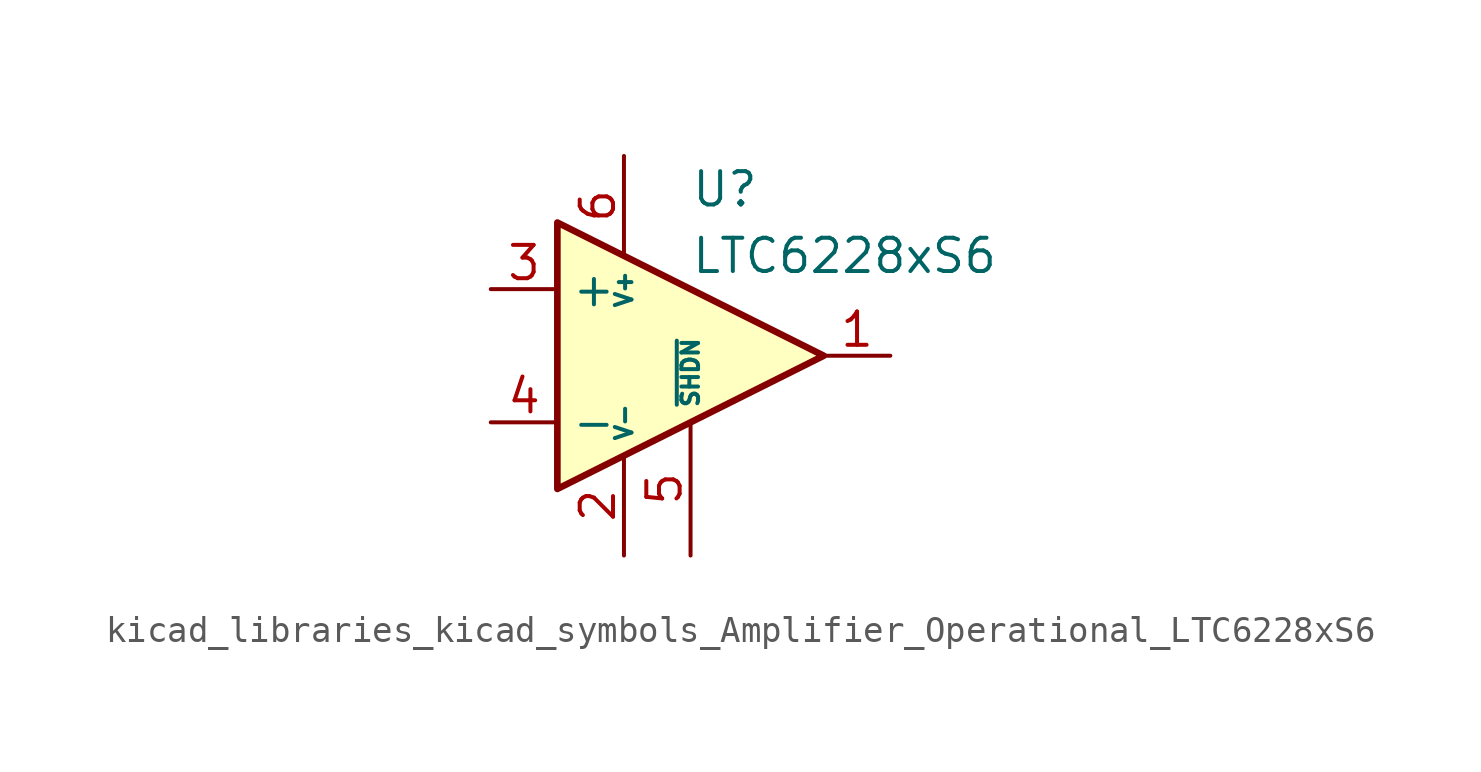
<source format=kicad_sym>
(kicad_symbol_lib
  (version 20220914)
  (generator kicad_symbol_editor)
  (symbol "kicad_libraries_kicad_symbols_Amplifier_Operational_LTC6228xS6"
    (property "Reference" "U"
      (at 0 6.35 0)
      (effects (font (size 1.27 1.27)) (justify left)))
    (property "Value" "LTC6228xS6"
      (at 0 3.81 0)
      (effects (font (size 1.27 1.27)) (justify left)))
    (symbol "kicad_libraries_kicad_symbols_Amplifier_Operational_LTC6228xS6_0_1"
      (polyline (pts (xy 5.08 0) (xy -5.08 5.08) (xy -5.08 -5.08) (xy 5.08 0)) (stroke (width 0.254) (type default)) (fill (type background))))
    (symbol "kicad_libraries_kicad_symbols_Amplifier_Operational_LTC6228xS6_1_1"
      (pin output line (at 7.62 0 180) (length 2.54) (name "~" (effects (font (size 1.27 1.27)))) (number "1" (effects (font (size 1.27 1.27)))))
      (pin power_in line (at -2.54 -7.62 90) (length 3.81) (name "V-" (effects (font (size 0.635 0.635)))) (number "2" (effects (font (size 1.27 1.27)))))
      (pin input line (at -7.62 2.54 0) (length 2.54) (name "+" (effects (font (size 1.27 1.27)))) (number "3" (effects (font (size 1.27 1.27)))))
      (pin input line (at -7.62 -2.54 0) (length 2.54) (name "-" (effects (font (size 1.27 1.27)))) (number "4" (effects (font (size 1.27 1.27)))))
      (pin input line (at 0 -7.62 90) (length 5.08) (name "~{SHDN}" (effects (font (size 0.635 0.635)))) (number "5" (effects (font (size 1.27 1.27)))))
      (pin power_in line (at -2.54 7.62 270) (length 3.81) (name "V+" (effects (font (size 0.635 0.635)))) (number "6" (effects (font (size 1.27 1.27))))))))
</source>
